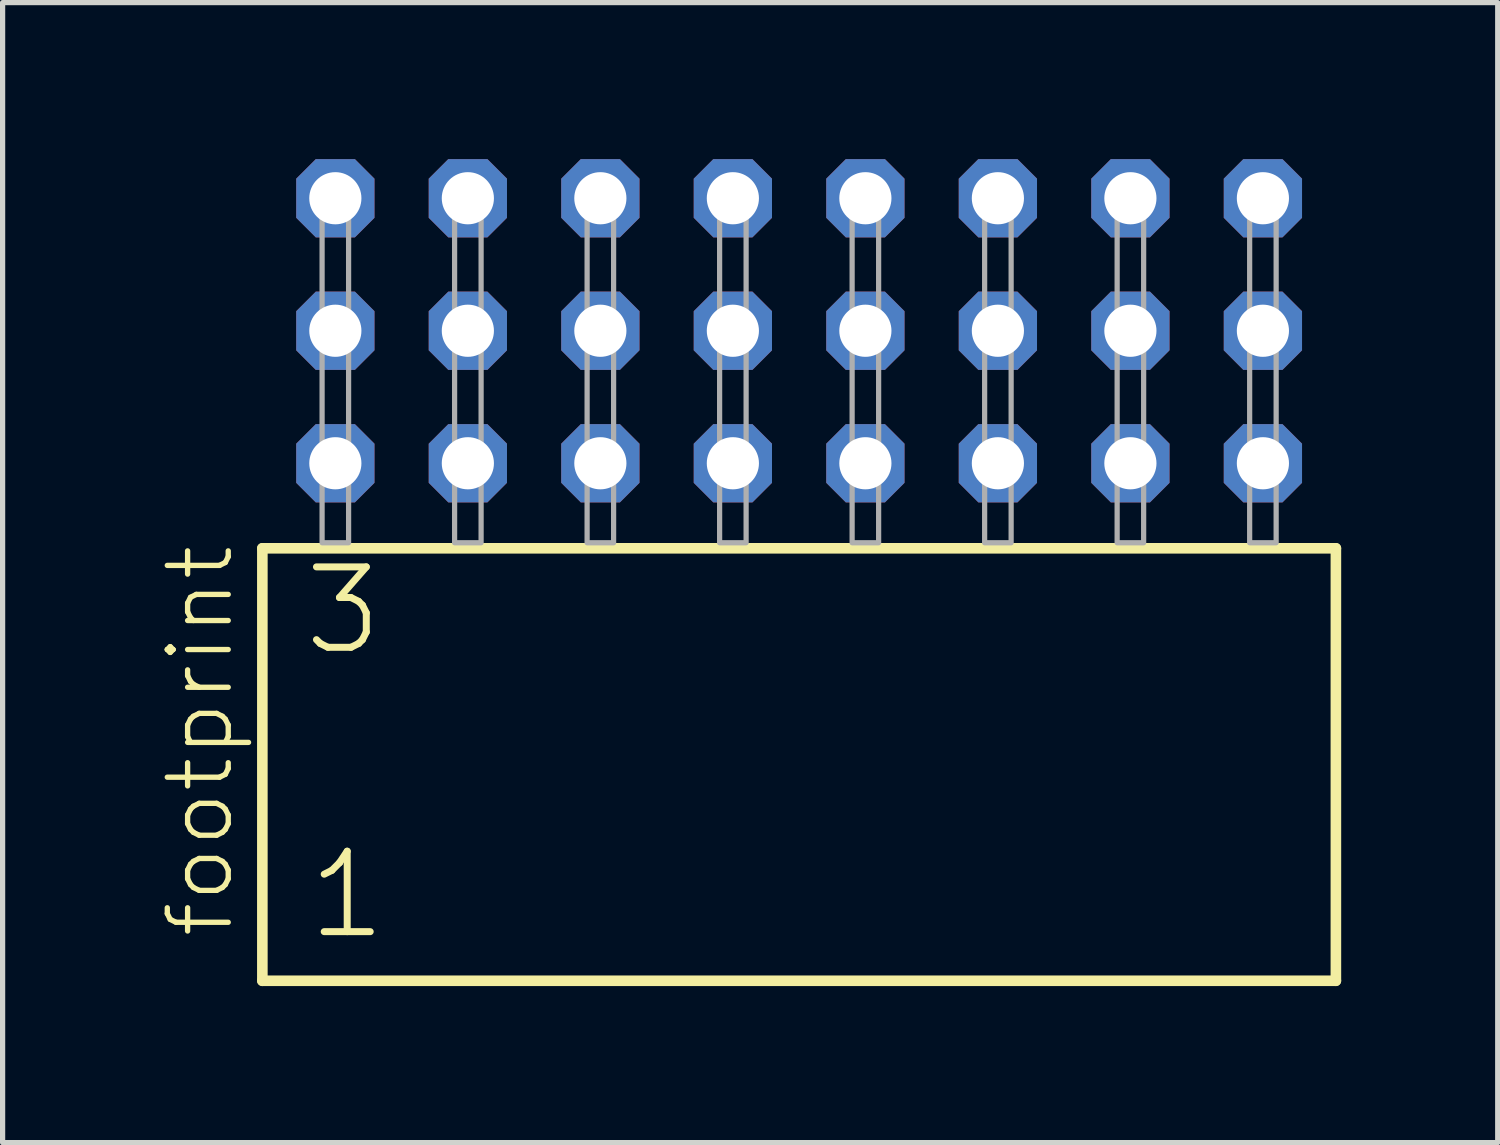
<source format=kicad_pcb>
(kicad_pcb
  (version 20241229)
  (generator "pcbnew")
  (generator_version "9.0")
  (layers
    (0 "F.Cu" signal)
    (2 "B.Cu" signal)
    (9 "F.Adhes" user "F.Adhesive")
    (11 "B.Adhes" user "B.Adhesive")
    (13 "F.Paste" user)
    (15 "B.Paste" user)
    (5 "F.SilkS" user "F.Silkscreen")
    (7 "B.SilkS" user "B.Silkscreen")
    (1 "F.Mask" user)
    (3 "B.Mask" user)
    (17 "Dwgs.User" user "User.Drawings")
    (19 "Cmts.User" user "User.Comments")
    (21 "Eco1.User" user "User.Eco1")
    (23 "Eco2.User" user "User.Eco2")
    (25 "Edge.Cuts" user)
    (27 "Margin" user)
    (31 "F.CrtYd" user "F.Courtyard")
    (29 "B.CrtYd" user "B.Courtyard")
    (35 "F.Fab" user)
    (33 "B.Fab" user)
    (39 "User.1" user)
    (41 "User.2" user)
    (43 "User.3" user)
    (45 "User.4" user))
  (footprint "footprint"
    (layer "F.Cu")
    (at 12.268 7.354)
    (property "Reference" "footprint" (at -10.795 7.62 90) (layer "F.SilkS") (effects (font (size 1.168 1.168) (thickness 0.102)) (justify left bottom)))
    (fp_line (start -10.289 0.106) (end -10.289 8.396) (stroke (width 0.203) (type solid)) (layer "F.SilkS"))
    (fp_line (start -10.289 8.396) (end 10.289 8.396) (stroke (width 0.203) (type solid)) (layer "F.SilkS"))
    (fp_line (start 10.289 0.106) (end -10.289 0.106) (stroke (width 0.203) (type solid)) (layer "F.SilkS"))
    (fp_line (start 10.289 8.396) (end 10.289 0.106) (stroke (width 0.203) (type solid)) (layer "F.SilkS"))
    (fp_poly (pts (xy -9.144 0) (xy -8.636 0) (xy -8.636 -6.858) (xy -9.144 -6.858)) (stroke (width 0.1) (type solid)) (fill no) (layer "F.Fab"))
    (fp_poly (pts (xy -6.604 0) (xy -6.096 0) (xy -6.096 -6.858) (xy -6.604 -6.858)) (stroke (width 0.1) (type solid)) (fill no) (layer "F.Fab"))
    (fp_poly (pts (xy -4.064 0) (xy -3.556 0) (xy -3.556 -6.858) (xy -4.064 -6.858)) (stroke (width 0.1) (type solid)) (fill no) (layer "F.Fab"))
    (fp_poly (pts (xy -1.524 0) (xy -1.016 0) (xy -1.016 -6.858) (xy -1.524 -6.858)) (stroke (width 0.1) (type solid)) (fill no) (layer "F.Fab"))
    (fp_poly (pts (xy 1.016 0) (xy 1.524 0) (xy 1.524 -6.858) (xy 1.016 -6.858)) (stroke (width 0.1) (type solid)) (fill no) (layer "F.Fab"))
    (fp_poly (pts (xy 3.556 0) (xy 4.064 0) (xy 4.064 -6.858) (xy 3.556 -6.858)) (stroke (width 0.1) (type solid)) (fill no) (layer "F.Fab"))
    (fp_poly (pts (xy 6.096 0) (xy 6.604 0) (xy 6.604 -6.858) (xy 6.096 -6.858)) (stroke (width 0.1) (type solid)) (fill no) (layer "F.Fab"))
    (fp_poly (pts (xy 8.636 0) (xy 9.144 0) (xy 9.144 -6.858) (xy 8.636 -6.858)) (stroke (width 0.1) (type solid)) (fill no) (layer "F.Fab"))
    (fp_text user "3" (at -9.56 2.2 0) (layer "F.SilkS") (effects (font (size 1.542 1.542) (thickness 0.134)) (justify left bottom)))
    (fp_text user "1" (at -9.485 7.65 0) (layer "F.SilkS") (effects (font (size 1.542 1.542) (thickness 0.134)) (justify left bottom)))
    (pad "1" thru_hole roundrect (at -8.89 -1.524) (size 1.5 1.5) (drill 1) (layers "*.Cu" "*.Mask") (roundrect_rratio 0.25) (chamfer_ratio 0.25) (chamfer top_left top_right bottom_left bottom_right))
    (pad "2" thru_hole roundrect (at -8.89 -4.064) (size 1.5 1.5) (drill 1) (layers "*.Cu" "*.Mask") (roundrect_rratio 0.25) (chamfer_ratio 0.25) (chamfer top_left top_right bottom_left bottom_right))
    (pad "3" thru_hole roundrect (at -8.89 -6.604) (size 1.5 1.5) (drill 1) (layers "*.Cu" "*.Mask") (roundrect_rratio 0.25) (chamfer_ratio 0.25) (chamfer top_left top_right bottom_left bottom_right))
    (pad "4" thru_hole roundrect (at -6.35 -1.524) (size 1.5 1.5) (drill 1) (layers "*.Cu" "*.Mask") (roundrect_rratio 0.25) (chamfer_ratio 0.25) (chamfer top_left top_right bottom_left bottom_right))
    (pad "5" thru_hole roundrect (at -6.35 -4.064) (size 1.5 1.5) (drill 1) (layers "*.Cu" "*.Mask") (roundrect_rratio 0.25) (chamfer_ratio 0.25) (chamfer top_left top_right bottom_left bottom_right))
    (pad "6" thru_hole roundrect (at -6.35 -6.604) (size 1.5 1.5) (drill 1) (layers "*.Cu" "*.Mask") (roundrect_rratio 0.25) (chamfer_ratio 0.25) (chamfer top_left top_right bottom_left bottom_right))
    (pad "7" thru_hole roundrect (at -3.81 -1.524) (size 1.5 1.5) (drill 1) (layers "*.Cu" "*.Mask") (roundrect_rratio 0.25) (chamfer_ratio 0.25) (chamfer top_left top_right bottom_left bottom_right))
    (pad "8" thru_hole roundrect (at -3.81 -4.064) (size 1.5 1.5) (drill 1) (layers "*.Cu" "*.Mask") (roundrect_rratio 0.25) (chamfer_ratio 0.25) (chamfer top_left top_right bottom_left bottom_right))
    (pad "9" thru_hole roundrect (at -3.81 -6.604) (size 1.5 1.5) (drill 1) (layers "*.Cu" "*.Mask") (roundrect_rratio 0.25) (chamfer_ratio 0.25) (chamfer top_left top_right bottom_left bottom_right))
    (pad "10" thru_hole roundrect (at -1.27 -1.524) (size 1.5 1.5) (drill 1) (layers "*.Cu" "*.Mask") (roundrect_rratio 0.25) (chamfer_ratio 0.25) (chamfer top_left top_right bottom_left bottom_right))
    (pad "11" thru_hole roundrect (at -1.27 -4.064) (size 1.5 1.5) (drill 1) (layers "*.Cu" "*.Mask") (roundrect_rratio 0.25) (chamfer_ratio 0.25) (chamfer top_left top_right bottom_left bottom_right))
    (pad "12" thru_hole roundrect (at -1.27 -6.604) (size 1.5 1.5) (drill 1) (layers "*.Cu" "*.Mask") (roundrect_rratio 0.25) (chamfer_ratio 0.25) (chamfer top_left top_right bottom_left bottom_right))
    (pad "13" thru_hole roundrect (at 1.27 -1.524) (size 1.5 1.5) (drill 1) (layers "*.Cu" "*.Mask") (roundrect_rratio 0.25) (chamfer_ratio 0.25) (chamfer top_left top_right bottom_left bottom_right))
    (pad "14" thru_hole roundrect (at 1.27 -4.064) (size 1.5 1.5) (drill 1) (layers "*.Cu" "*.Mask") (roundrect_rratio 0.25) (chamfer_ratio 0.25) (chamfer top_left top_right bottom_left bottom_right))
    (pad "15" thru_hole roundrect (at 1.27 -6.604) (size 1.5 1.5) (drill 1) (layers "*.Cu" "*.Mask") (roundrect_rratio 0.25) (chamfer_ratio 0.25) (chamfer top_left top_right bottom_left bottom_right))
    (pad "16" thru_hole roundrect (at 3.81 -1.524) (size 1.5 1.5) (drill 1) (layers "*.Cu" "*.Mask") (roundrect_rratio 0.25) (chamfer_ratio 0.25) (chamfer top_left top_right bottom_left bottom_right))
    (pad "17" thru_hole roundrect (at 3.81 -4.064) (size 1.5 1.5) (drill 1) (layers "*.Cu" "*.Mask") (roundrect_rratio 0.25) (chamfer_ratio 0.25) (chamfer top_left top_right bottom_left bottom_right))
    (pad "18" thru_hole roundrect (at 3.81 -6.604) (size 1.5 1.5) (drill 1) (layers "*.Cu" "*.Mask") (roundrect_rratio 0.25) (chamfer_ratio 0.25) (chamfer top_left top_right bottom_left bottom_right))
    (pad "19" thru_hole roundrect (at 6.35 -1.524) (size 1.5 1.5) (drill 1) (layers "*.Cu" "*.Mask") (roundrect_rratio 0.25) (chamfer_ratio 0.25) (chamfer top_left top_right bottom_left bottom_right))
    (pad "20" thru_hole roundrect (at 6.35 -4.064) (size 1.5 1.5) (drill 1) (layers "*.Cu" "*.Mask") (roundrect_rratio 0.25) (chamfer_ratio 0.25) (chamfer top_left top_right bottom_left bottom_right))
    (pad "21" thru_hole roundrect (at 6.35 -6.604) (size 1.5 1.5) (drill 1) (layers "*.Cu" "*.Mask") (roundrect_rratio 0.25) (chamfer_ratio 0.25) (chamfer top_left top_right bottom_left bottom_right))
    (pad "22" thru_hole roundrect (at 8.89 -1.524) (size 1.5 1.5) (drill 1) (layers "*.Cu" "*.Mask") (roundrect_rratio 0.25) (chamfer_ratio 0.25) (chamfer top_left top_right bottom_left bottom_right))
    (pad "23" thru_hole roundrect (at 8.89 -4.064) (size 1.5 1.5) (drill 1) (layers "*.Cu" "*.Mask") (roundrect_rratio 0.25) (chamfer_ratio 0.25) (chamfer top_left top_right bottom_left bottom_right))
    (pad "24" thru_hole roundrect (at 8.89 -6.604) (size 1.5 1.5) (drill 1) (layers "*.Cu" "*.Mask") (roundrect_rratio 0.25) (chamfer_ratio 0.25) (chamfer top_left top_right bottom_left bottom_right)))
  (gr_rect
    (start -3 -3)
    (end 25.659 18.852)
    (stroke (width 0.1) (type default))
    (fill no)
    (layer "Edge.Cuts")))
</source>
